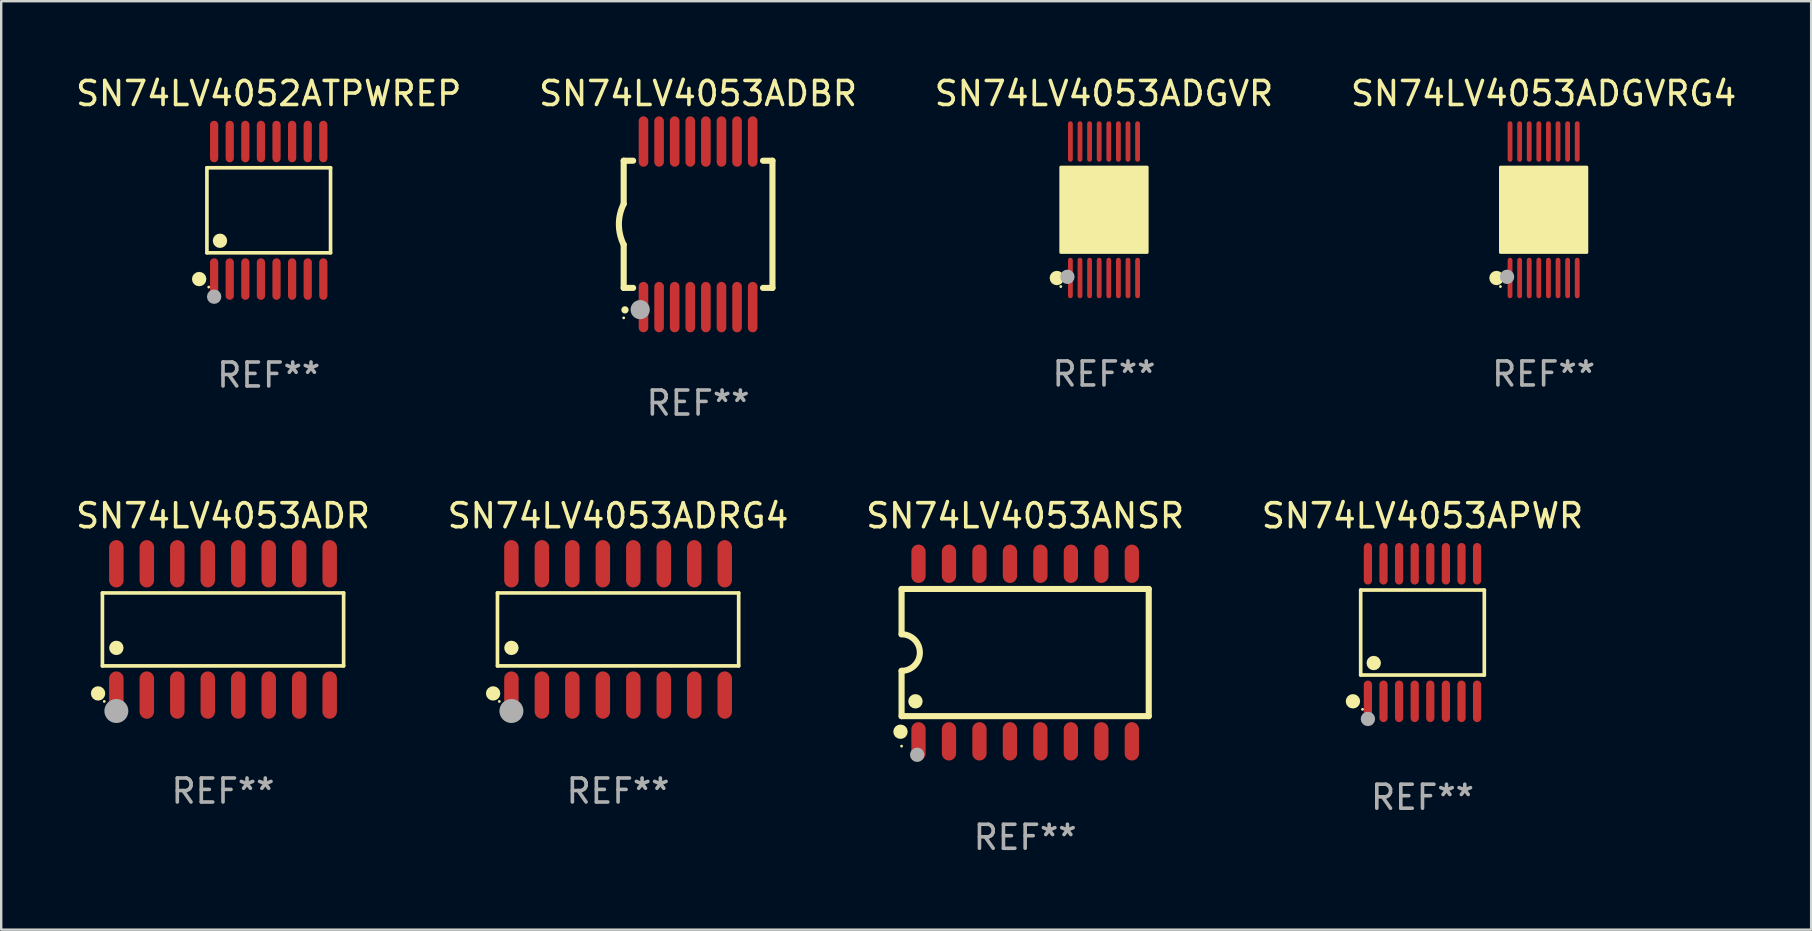
<source format=kicad_pcb>
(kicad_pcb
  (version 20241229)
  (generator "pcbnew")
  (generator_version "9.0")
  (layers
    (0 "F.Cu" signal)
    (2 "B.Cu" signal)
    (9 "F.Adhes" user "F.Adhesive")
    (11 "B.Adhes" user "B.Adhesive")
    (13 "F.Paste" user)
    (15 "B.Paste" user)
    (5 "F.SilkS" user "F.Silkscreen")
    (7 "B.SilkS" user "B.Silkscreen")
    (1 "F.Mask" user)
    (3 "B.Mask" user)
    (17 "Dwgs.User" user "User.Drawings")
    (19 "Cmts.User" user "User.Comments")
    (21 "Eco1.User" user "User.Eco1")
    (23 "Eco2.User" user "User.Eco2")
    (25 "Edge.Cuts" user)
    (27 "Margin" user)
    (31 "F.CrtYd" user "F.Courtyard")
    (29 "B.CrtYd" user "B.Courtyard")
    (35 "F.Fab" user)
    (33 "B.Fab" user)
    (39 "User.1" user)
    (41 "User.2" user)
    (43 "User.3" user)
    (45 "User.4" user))
  (footprint "SN74LV4052ATPWREP"
    (layer "F.Cu")
    (at 8.149 5.714)
    (property "Reference" "SN74LV4052ATPWREP" (at 0 -4.866 0) (layer "F.SilkS") (effects (font (size 1 1) (thickness 0.15))))
    (attr through_hole)
    (fp_line (start -2.576 -1.772) (end 2.576 -1.772) (stroke (width 0.152) (type solid)) (layer "F.SilkS"))
    (fp_line (start -2.576 1.771) (end -2.576 -1.772) (stroke (width 0.152) (type solid)) (layer "F.SilkS"))
    (fp_line (start 2.576 -1.772) (end 2.576 1.771) (stroke (width 0.152) (type solid)) (layer "F.SilkS"))
    (fp_line (start 2.576 1.771) (end -2.576 1.771) (stroke (width 0.152) (type solid)) (layer "F.SilkS"))
    (fp_circle (center -2.899 2.866) (end -2.749 2.866) (stroke (width 0.3) (type solid)) (fill no) (layer "F.SilkS"))
    (fp_circle (center -2.5 3.2) (end -2.47 3.2) (stroke (width 0.06) (type solid)) (fill no) (layer "F.SilkS"))
    (fp_circle (center -2.032 1.27) (end -1.882 1.27) (stroke (width 0.3) (type solid)) (fill no) (layer "F.SilkS"))
    (fp_circle (center -2.275 3.6) (end -2.125 3.6) (stroke (width 0.3) (type solid)) (fill no) (layer "F.Fab"))
    (fp_text user "REF**" (at 0 6.866 0) (layer "F.Fab") (effects (font (size 1 1) (thickness 0.15))))
    (pad "1" smd oval (at -2.275 2.866) (size 0.343 1.731) (layers "F.Cu" "F.Mask" "F.Paste"))
    (pad "2" smd oval (at -1.625 2.866) (size 0.343 1.731) (layers "F.Cu" "F.Mask" "F.Paste"))
    (pad "3" smd oval (at -0.975 2.866) (size 0.343 1.731) (layers "F.Cu" "F.Mask" "F.Paste"))
    (pad "4" smd oval (at -0.325 2.866) (size 0.343 1.731) (layers "F.Cu" "F.Mask" "F.Paste"))
    (pad "5" smd oval (at 0.325 2.866) (size 0.343 1.731) (layers "F.Cu" "F.Mask" "F.Paste"))
    (pad "6" smd oval (at 0.975 2.866) (size 0.343 1.731) (layers "F.Cu" "F.Mask" "F.Paste"))
    (pad "7" smd oval (at 1.625 2.866) (size 0.343 1.731) (layers "F.Cu" "F.Mask" "F.Paste"))
    (pad "8" smd oval (at 2.275 2.866) (size 0.343 1.731) (layers "F.Cu" "F.Mask" "F.Paste"))
    (pad "9" smd oval (at 2.275 -2.866) (size 0.343 1.731) (layers "F.Cu" "F.Mask" "F.Paste"))
    (pad "10" smd oval (at 1.625 -2.866) (size 0.343 1.731) (layers "F.Cu" "F.Mask" "F.Paste"))
    (pad "11" smd oval (at 0.975 -2.866) (size 0.343 1.731) (layers "F.Cu" "F.Mask" "F.Paste"))
    (pad "12" smd oval (at 0.325 -2.866) (size 0.343 1.731) (layers "F.Cu" "F.Mask" "F.Paste"))
    (pad "13" smd oval (at -0.325 -2.866) (size 0.343 1.731) (layers "F.Cu" "F.Mask" "F.Paste"))
    (pad "14" smd oval (at -0.975 -2.866) (size 0.343 1.731) (layers "F.Cu" "F.Mask" "F.Paste"))
    (pad "15" smd oval (at -1.625 -2.866) (size 0.343 1.731) (layers "F.Cu" "F.Mask" "F.Paste"))
    (pad "16" smd oval (at -2.275 -2.866) (size 0.343 1.731) (layers "F.Cu" "F.Mask" "F.Paste")))
  (footprint "SN74LV4053ADGVRG4"
    (layer "F.Cu")
    (at 61.28 5.692)
    (property "Reference" "SN74LV4053ADGVRG4" (at 0 -4.844 0) (layer "F.SilkS") (effects (font (size 1 1) (thickness 0.15))))
    (attr through_hole)
    (fp_circle (center -1.964 2.844) (end -1.814 2.844) (stroke (width 0.3) (type solid)) (fill no) (layer "F.SilkS"))
    (fp_circle (center -1.8 3.2) (end -1.77 3.2) (stroke (width 0.06) (type solid)) (fill no) (layer "F.SilkS"))
    (fp_circle (center -1.4 1.019) (end -1.25 1.019) (stroke (width 0.3) (type solid)) (fill no) (layer "F.SilkS"))
    (fp_poly (pts (xy -1.8 -1.778) (xy 1.8 -1.778) (xy 1.8 1.778) (xy -1.8 1.778)) (stroke (width 0.12) (type solid)) (fill yes) (layer "F.SilkS"))
    (fp_circle (center -1.524 2.794) (end -1.374 2.794) (stroke (width 0.3) (type solid)) (fill no) (layer "F.Fab"))
    (fp_text user "REF**" (at 0 6.844 0) (layer "F.Fab") (effects (font (size 1 1) (thickness 0.15))))
    (pad "1" smd oval (at -1.4 2.844) (size 0.2 1.687) (layers "F.Cu" "F.Mask" "F.Paste"))
    (pad "2" smd oval (at -1 2.844) (size 0.2 1.687) (layers "F.Cu" "F.Mask" "F.Paste"))
    (pad "3" smd oval (at -0.6 2.844) (size 0.2 1.687) (layers "F.Cu" "F.Mask" "F.Paste"))
    (pad "4" smd oval (at -0.2 2.844) (size 0.2 1.687) (layers "F.Cu" "F.Mask" "F.Paste"))
    (pad "5" smd oval (at 0.2 2.844) (size 0.2 1.687) (layers "F.Cu" "F.Mask" "F.Paste"))
    (pad "6" smd oval (at 0.6 2.844) (size 0.2 1.687) (layers "F.Cu" "F.Mask" "F.Paste"))
    (pad "7" smd oval (at 1 2.844) (size 0.2 1.687) (layers "F.Cu" "F.Mask" "F.Paste"))
    (pad "8" smd oval (at 1.4 2.844) (size 0.2 1.687) (layers "F.Cu" "F.Mask" "F.Paste"))
    (pad "9" smd oval (at 1.4 -2.844) (size 0.2 1.687) (layers "F.Cu" "F.Mask" "F.Paste"))
    (pad "10" smd oval (at 1 -2.844) (size 0.2 1.687) (layers "F.Cu" "F.Mask" "F.Paste"))
    (pad "11" smd oval (at 0.6 -2.844) (size 0.2 1.687) (layers "F.Cu" "F.Mask" "F.Paste"))
    (pad "12" smd oval (at 0.2 -2.844) (size 0.2 1.687) (layers "F.Cu" "F.Mask" "F.Paste"))
    (pad "13" smd oval (at -0.2 -2.844) (size 0.2 1.687) (layers "F.Cu" "F.Mask" "F.Paste"))
    (pad "14" smd oval (at -0.6 -2.844) (size 0.2 1.687) (layers "F.Cu" "F.Mask" "F.Paste"))
    (pad "15" smd oval (at -1 -2.844) (size 0.2 1.687) (layers "F.Cu" "F.Mask" "F.Paste"))
    (pad "16" smd oval (at -1.4 -2.844) (size 0.2 1.687) (layers "F.Cu" "F.Mask" "F.Paste")))
  (footprint "SN74LV4053ADBR"
    (layer "F.Cu")
    (at 26.042 6.298)
    (property "Reference" "SN74LV4053ADBR" (at 0 -5.45 0) (layer "F.SilkS") (effects (font (size 1 1) (thickness 0.15))))
    (attr through_hole)
    (fp_line (start -3.1 -2.65) (end -3.1 -0.85) (stroke (width 0.254) (type solid)) (layer "F.SilkS"))
    (fp_line (start -3.1 -2.65) (end -2.706 -2.65) (stroke (width 0.254) (type solid)) (layer "F.SilkS"))
    (fp_line (start -3.1 2.65) (end -3.1 0.85) (stroke (width 0.254) (type solid)) (layer "F.SilkS"))
    (fp_line (start -3.1 2.65) (end -2.706 2.65) (stroke (width 0.254) (type solid)) (layer "F.SilkS"))
    (fp_line (start 2.706 -2.65) (end 3.1 -2.65) (stroke (width 0.254) (type solid)) (layer "F.SilkS"))
    (fp_line (start 2.706 2.65) (end 3.1 2.65) (stroke (width 0.254) (type solid)) (layer "F.SilkS"))
    (fp_line (start 3.1 -2.65) (end 3.1 2.65) (stroke (width 0.254) (type solid)) (layer "F.SilkS"))
    (fp_arc (start -3.098907 0.850902) (mid -3.300057 0.000523) (end -3.1 -0.850114) (stroke (width 0.254001) (type solid)) (layer "F.SilkS"))
    (fp_arc (start -3.048006 3.566066) (mid -3.046736 3.566061) (end -3.045466 3.566066) (stroke (width 0.3) (type solid)) (layer "F.SilkS"))
    (fp_circle (center -3.1 3.9) (end -3.07 3.9) (stroke (width 0.06) (type solid)) (fill no) (layer "F.SilkS"))
    (fp_circle (center -2.413 3.556) (end -2.213 3.556) (stroke (width 0.4) (type solid)) (fill no) (layer "F.Fab"))
    (fp_text user "REF**" (at 0 7.45 0) (layer "F.Fab") (effects (font (size 1 1) (thickness 0.15))))
    (pad "1" smd oval (at -2.275 3.45 180) (size 0.4 2.1) (layers "F.Cu" "F.Mask" "F.Paste"))
    (pad "2" smd oval (at -1.625 3.45 180) (size 0.4 2.1) (layers "F.Cu" "F.Mask" "F.Paste"))
    (pad "3" smd oval (at -0.975 3.45 180) (size 0.4 2.1) (layers "F.Cu" "F.Mask" "F.Paste"))
    (pad "4" smd oval (at -0.325 3.45 180) (size 0.4 2.1) (layers "F.Cu" "F.Mask" "F.Paste"))
    (pad "5" smd oval (at 0.325 3.45 180) (size 0.4 2.1) (layers "F.Cu" "F.Mask" "F.Paste"))
    (pad "6" smd oval (at 0.975 3.45 180) (size 0.4 2.1) (layers "F.Cu" "F.Mask" "F.Paste"))
    (pad "7" smd oval (at 1.625 3.45 180) (size 0.4 2.1) (layers "F.Cu" "F.Mask" "F.Paste"))
    (pad "8" smd oval (at 2.275 3.45 180) (size 0.4 2.1) (layers "F.Cu" "F.Mask" "F.Paste"))
    (pad "9" smd oval (at 2.275 -3.45 180) (size 0.4 2.1) (layers "F.Cu" "F.Mask" "F.Paste"))
    (pad "10" smd oval (at 1.625 -3.45 180) (size 0.4 2.1) (layers "F.Cu" "F.Mask" "F.Paste"))
    (pad "11" smd oval (at 0.975 -3.45 180) (size 0.4 2.1) (layers "F.Cu" "F.Mask" "F.Paste"))
    (pad "12" smd oval (at 0.325 -3.45 180) (size 0.4 2.1) (layers "F.Cu" "F.Mask" "F.Paste"))
    (pad "13" smd oval (at -0.325 -3.45 180) (size 0.4 2.1) (layers "F.Cu" "F.Mask" "F.Paste"))
    (pad "14" smd oval (at -0.975 -3.45 180) (size 0.4 2.1) (layers "F.Cu" "F.Mask" "F.Paste"))
    (pad "15" smd oval (at -1.625 -3.45 180) (size 0.4 2.1) (layers "F.Cu" "F.Mask" "F.Paste"))
    (pad "16" smd oval (at -2.275 -3.45 180) (size 0.4 2.1) (layers "F.Cu" "F.Mask" "F.Paste")))
  (footprint "SN74LV4053APWR"
    (layer "F.Cu")
    (at 56.232 23.311)
    (property "Reference" "SN74LV4053APWR" (at 0 -4.866 0) (layer "F.SilkS") (effects (font (size 1 1) (thickness 0.15))))
    (attr through_hole)
    (fp_line (start -2.576 -1.772) (end 2.576 -1.772) (stroke (width 0.152) (type solid)) (layer "F.SilkS"))
    (fp_line (start -2.576 1.771) (end -2.576 -1.772) (stroke (width 0.152) (type solid)) (layer "F.SilkS"))
    (fp_line (start 2.576 -1.772) (end 2.576 1.771) (stroke (width 0.152) (type solid)) (layer "F.SilkS"))
    (fp_line (start 2.576 1.771) (end -2.576 1.771) (stroke (width 0.152) (type solid)) (layer "F.SilkS"))
    (fp_circle (center -2.899 2.866) (end -2.749 2.866) (stroke (width 0.3) (type solid)) (fill no) (layer "F.SilkS"))
    (fp_circle (center -2.5 3.2) (end -2.47 3.2) (stroke (width 0.06) (type solid)) (fill no) (layer "F.SilkS"))
    (fp_circle (center -2.032 1.27) (end -1.882 1.27) (stroke (width 0.3) (type solid)) (fill no) (layer "F.SilkS"))
    (fp_circle (center -2.275 3.6) (end -2.125 3.6) (stroke (width 0.3) (type solid)) (fill no) (layer "F.Fab"))
    (fp_text user "REF**" (at 0 6.866 0) (layer "F.Fab") (effects (font (size 1 1) (thickness 0.15))))
    (pad "1" smd oval (at -2.275 2.866) (size 0.343 1.731) (layers "F.Cu" "F.Mask" "F.Paste"))
    (pad "2" smd oval (at -1.625 2.866) (size 0.343 1.731) (layers "F.Cu" "F.Mask" "F.Paste"))
    (pad "3" smd oval (at -0.975 2.866) (size 0.343 1.731) (layers "F.Cu" "F.Mask" "F.Paste"))
    (pad "4" smd oval (at -0.325 2.866) (size 0.343 1.731) (layers "F.Cu" "F.Mask" "F.Paste"))
    (pad "5" smd oval (at 0.325 2.866) (size 0.343 1.731) (layers "F.Cu" "F.Mask" "F.Paste"))
    (pad "6" smd oval (at 0.975 2.866) (size 0.343 1.731) (layers "F.Cu" "F.Mask" "F.Paste"))
    (pad "7" smd oval (at 1.625 2.866) (size 0.343 1.731) (layers "F.Cu" "F.Mask" "F.Paste"))
    (pad "8" smd oval (at 2.275 2.866) (size 0.343 1.731) (layers "F.Cu" "F.Mask" "F.Paste"))
    (pad "9" smd oval (at 2.275 -2.866) (size 0.343 1.731) (layers "F.Cu" "F.Mask" "F.Paste"))
    (pad "10" smd oval (at 1.625 -2.866) (size 0.343 1.731) (layers "F.Cu" "F.Mask" "F.Paste"))
    (pad "11" smd oval (at 0.975 -2.866) (size 0.343 1.731) (layers "F.Cu" "F.Mask" "F.Paste"))
    (pad "12" smd oval (at 0.325 -2.866) (size 0.343 1.731) (layers "F.Cu" "F.Mask" "F.Paste"))
    (pad "13" smd oval (at -0.325 -2.866) (size 0.343 1.731) (layers "F.Cu" "F.Mask" "F.Paste"))
    (pad "14" smd oval (at -0.975 -2.866) (size 0.343 1.731) (layers "F.Cu" "F.Mask" "F.Paste"))
    (pad "15" smd oval (at -1.625 -2.866) (size 0.343 1.731) (layers "F.Cu" "F.Mask" "F.Paste"))
    (pad "16" smd oval (at -2.275 -2.866) (size 0.343 1.731) (layers "F.Cu" "F.Mask" "F.Paste")))
  (footprint "SN74LV4053ADGVR"
    (layer "F.Cu")
    (at 42.958 5.692)
    (property "Reference" "SN74LV4053ADGVR" (at 0 -4.844 0) (layer "F.SilkS") (effects (font (size 1 1) (thickness 0.15))))
    (attr through_hole)
    (fp_circle (center -1.964 2.844) (end -1.814 2.844) (stroke (width 0.3) (type solid)) (fill no) (layer "F.SilkS"))
    (fp_circle (center -1.8 3.2) (end -1.77 3.2) (stroke (width 0.06) (type solid)) (fill no) (layer "F.SilkS"))
    (fp_circle (center -1.4 1.019) (end -1.25 1.019) (stroke (width 0.3) (type solid)) (fill no) (layer "F.SilkS"))
    (fp_poly (pts (xy -1.8 -1.778) (xy 1.8 -1.778) (xy 1.8 1.778) (xy -1.8 1.778)) (stroke (width 0.12) (type solid)) (fill yes) (layer "F.SilkS"))
    (fp_circle (center -1.524 2.794) (end -1.374 2.794) (stroke (width 0.3) (type solid)) (fill no) (layer "F.Fab"))
    (fp_text user "REF**" (at 0 6.844 0) (layer "F.Fab") (effects (font (size 1 1) (thickness 0.15))))
    (pad "1" smd oval (at -1.4 2.844) (size 0.2 1.687) (layers "F.Cu" "F.Mask" "F.Paste"))
    (pad "2" smd oval (at -1 2.844) (size 0.2 1.687) (layers "F.Cu" "F.Mask" "F.Paste"))
    (pad "3" smd oval (at -0.6 2.844) (size 0.2 1.687) (layers "F.Cu" "F.Mask" "F.Paste"))
    (pad "4" smd oval (at -0.2 2.844) (size 0.2 1.687) (layers "F.Cu" "F.Mask" "F.Paste"))
    (pad "5" smd oval (at 0.2 2.844) (size 0.2 1.687) (layers "F.Cu" "F.Mask" "F.Paste"))
    (pad "6" smd oval (at 0.6 2.844) (size 0.2 1.687) (layers "F.Cu" "F.Mask" "F.Paste"))
    (pad "7" smd oval (at 1 2.844) (size 0.2 1.687) (layers "F.Cu" "F.Mask" "F.Paste"))
    (pad "8" smd oval (at 1.4 2.844) (size 0.2 1.687) (layers "F.Cu" "F.Mask" "F.Paste"))
    (pad "9" smd oval (at 1.4 -2.844) (size 0.2 1.687) (layers "F.Cu" "F.Mask" "F.Paste"))
    (pad "10" smd oval (at 1 -2.844) (size 0.2 1.687) (layers "F.Cu" "F.Mask" "F.Paste"))
    (pad "11" smd oval (at 0.6 -2.844) (size 0.2 1.687) (layers "F.Cu" "F.Mask" "F.Paste"))
    (pad "12" smd oval (at 0.2 -2.844) (size 0.2 1.687) (layers "F.Cu" "F.Mask" "F.Paste"))
    (pad "13" smd oval (at -0.2 -2.844) (size 0.2 1.687) (layers "F.Cu" "F.Mask" "F.Paste"))
    (pad "14" smd oval (at -0.6 -2.844) (size 0.2 1.687) (layers "F.Cu" "F.Mask" "F.Paste"))
    (pad "15" smd oval (at -1 -2.844) (size 0.2 1.687) (layers "F.Cu" "F.Mask" "F.Paste"))
    (pad "16" smd oval (at -1.4 -2.844) (size 0.2 1.687) (layers "F.Cu" "F.Mask" "F.Paste")))
  (footprint "SN74LV4053ADR"
    (layer "F.Cu")
    (at 6.244 23.181)
    (property "Reference" "SN74LV4053ADR" (at 0 -4.736 0) (layer "F.SilkS") (effects (font (size 1 1) (thickness 0.15))))
    (attr through_hole)
    (fp_line (start -5.026 -1.521) (end 5.026 -1.521) (stroke (width 0.152) (type solid)) (layer "F.SilkS"))
    (fp_line (start -5.026 1.521) (end -5.026 -1.521) (stroke (width 0.152) (type solid)) (layer "F.SilkS"))
    (fp_line (start 5.026 -1.521) (end 5.026 1.521) (stroke (width 0.152) (type solid)) (layer "F.SilkS"))
    (fp_line (start 5.026 1.521) (end -5.026 1.521) (stroke (width 0.152) (type solid)) (layer "F.SilkS"))
    (fp_circle (center -5.207 2.667) (end -5.057 2.667) (stroke (width 0.3) (type solid)) (fill no) (layer "F.SilkS"))
    (fp_circle (center -4.95 3) (end -4.92 3) (stroke (width 0.06) (type solid)) (fill no) (layer "F.SilkS"))
    (fp_circle (center -4.445 0.769) (end -4.295 0.769) (stroke (width 0.3) (type solid)) (fill no) (layer "F.SilkS"))
    (fp_circle (center -4.445 3.4) (end -4.195 3.4) (stroke (width 0.5) (type solid)) (fill no) (layer "F.Fab"))
    (fp_text user "REF**" (at 0 6.736 0) (layer "F.Fab") (effects (font (size 1 1) (thickness 0.15))))
    (pad "1" smd oval (at -4.445 2.736) (size 0.602 1.971) (layers "F.Cu" "F.Mask" "F.Paste"))
    (pad "2" smd oval (at -3.175 2.736) (size 0.602 1.971) (layers "F.Cu" "F.Mask" "F.Paste"))
    (pad "3" smd oval (at -1.905 2.736) (size 0.602 1.971) (layers "F.Cu" "F.Mask" "F.Paste"))
    (pad "4" smd oval (at -0.635 2.736) (size 0.602 1.971) (layers "F.Cu" "F.Mask" "F.Paste"))
    (pad "5" smd oval (at 0.635 2.736) (size 0.602 1.971) (layers "F.Cu" "F.Mask" "F.Paste"))
    (pad "6" smd oval (at 1.905 2.736) (size 0.602 1.971) (layers "F.Cu" "F.Mask" "F.Paste"))
    (pad "7" smd oval (at 3.175 2.736) (size 0.602 1.971) (layers "F.Cu" "F.Mask" "F.Paste"))
    (pad "8" smd oval (at 4.445 2.736) (size 0.602 1.971) (layers "F.Cu" "F.Mask" "F.Paste"))
    (pad "9" smd oval (at 4.445 -2.736) (size 0.602 1.971) (layers "F.Cu" "F.Mask" "F.Paste"))
    (pad "10" smd oval (at 3.175 -2.736) (size 0.602 1.971) (layers "F.Cu" "F.Mask" "F.Paste"))
    (pad "11" smd oval (at 1.905 -2.736) (size 0.602 1.971) (layers "F.Cu" "F.Mask" "F.Paste"))
    (pad "12" smd oval (at 0.635 -2.736) (size 0.602 1.971) (layers "F.Cu" "F.Mask" "F.Paste"))
    (pad "13" smd oval (at -0.635 -2.736) (size 0.602 1.971) (layers "F.Cu" "F.Mask" "F.Paste"))
    (pad "14" smd oval (at -1.905 -2.736) (size 0.602 1.971) (layers "F.Cu" "F.Mask" "F.Paste"))
    (pad "15" smd oval (at -3.175 -2.736) (size 0.602 1.971) (layers "F.Cu" "F.Mask" "F.Paste"))
    (pad "16" smd oval (at -4.445 -2.736) (size 0.602 1.971) (layers "F.Cu" "F.Mask" "F.Paste")))
  (footprint "SN74LV4053ANSR"
    (layer "F.Cu")
    (at 39.673 24.145)
    (property "Reference" "SN74LV4053ANSR" (at 0 -5.7 0) (layer "F.SilkS") (effects (font (size 1 1) (thickness 0.15))))
    (attr through_hole)
    (fp_line (start -5.15 -2.65) (end -5.15 -0.762) (stroke (width 0.254) (type solid)) (layer "F.SilkS"))
    (fp_line (start -5.15 -2.65) (end 5.15 -2.65) (stroke (width 0.254) (type solid)) (layer "F.SilkS"))
    (fp_line (start -5.15 2.65) (end -5.15 0.762) (stroke (width 0.254) (type solid)) (layer "F.SilkS"))
    (fp_line (start 5.15 -2.65) (end 5.15 2.65) (stroke (width 0.254) (type solid)) (layer "F.SilkS"))
    (fp_line (start 5.15 2.65) (end -5.15 2.65) (stroke (width 0.254) (type solid)) (layer "F.SilkS"))
    (fp_arc (start -5.151131 -0.762003) (mid -4.389128 -0.000559) (end -5.150013 0.762002) (stroke (width 0.254001) (type solid)) (layer "F.SilkS"))
    (fp_circle (center -5.195 3.299) (end -5.045 3.299) (stroke (width 0.3) (type solid)) (fill no) (layer "F.SilkS"))
    (fp_circle (center -5.15 3.9) (end -5.12 3.9) (stroke (width 0.06) (type solid)) (fill no) (layer "F.SilkS"))
    (fp_circle (center -4.572 2.032) (end -4.422 2.032) (stroke (width 0.3) (type solid)) (fill no) (layer "F.SilkS"))
    (fp_circle (center -4.5 4.26) (end -4.35 4.26) (stroke (width 0.3) (type solid)) (fill no) (layer "F.Fab"))
    (fp_text user "REF**" (at 0 7.7 0) (layer "F.Fab") (effects (font (size 1 1) (thickness 0.15))))
    (pad "1" smd oval (at -4.445 3.7) (size 0.595 1.598) (layers "F.Cu" "F.Mask" "F.Paste"))
    (pad "2" smd oval (at -3.175 3.7) (size 0.595 1.598) (layers "F.Cu" "F.Mask" "F.Paste"))
    (pad "3" smd oval (at -1.905 3.7) (size 0.595 1.598) (layers "F.Cu" "F.Mask" "F.Paste"))
    (pad "4" smd oval (at -0.635 3.7) (size 0.595 1.598) (layers "F.Cu" "F.Mask" "F.Paste"))
    (pad "5" smd oval (at 0.635 3.7) (size 0.595 1.598) (layers "F.Cu" "F.Mask" "F.Paste"))
    (pad "6" smd oval (at 1.905 3.7) (size 0.595 1.598) (layers "F.Cu" "F.Mask" "F.Paste"))
    (pad "7" smd oval (at 3.175 3.7) (size 0.595 1.598) (layers "F.Cu" "F.Mask" "F.Paste"))
    (pad "8" smd oval (at 4.445 3.7) (size 0.595 1.598) (layers "F.Cu" "F.Mask" "F.Paste"))
    (pad "9" smd oval (at 4.445 -3.7) (size 0.595 1.598) (layers "F.Cu" "F.Mask" "F.Paste"))
    (pad "10" smd oval (at 3.175 -3.7) (size 0.595 1.598) (layers "F.Cu" "F.Mask" "F.Paste"))
    (pad "11" smd oval (at 1.905 -3.7) (size 0.595 1.598) (layers "F.Cu" "F.Mask" "F.Paste"))
    (pad "12" smd oval (at 0.635 -3.7) (size 0.595 1.598) (layers "F.Cu" "F.Mask" "F.Paste"))
    (pad "13" smd oval (at -0.635 -3.7) (size 0.595 1.598) (layers "F.Cu" "F.Mask" "F.Paste"))
    (pad "14" smd oval (at -1.905 -3.7) (size 0.595 1.598) (layers "F.Cu" "F.Mask" "F.Paste"))
    (pad "15" smd oval (at -3.175 -3.7) (size 0.595 1.598) (layers "F.Cu" "F.Mask" "F.Paste"))
    (pad "16" smd oval (at -4.445 -3.7) (size 0.595 1.598) (layers "F.Cu" "F.Mask" "F.Paste")))
  (footprint "SN74LV4053ADRG4"
    (layer "F.Cu")
    (at 22.708 23.181)
    (property "Reference" "SN74LV4053ADRG4" (at 0 -4.736 0) (layer "F.SilkS") (effects (font (size 1 1) (thickness 0.15))))
    (attr through_hole)
    (fp_line (start -5.026 -1.521) (end 5.026 -1.521) (stroke (width 0.152) (type solid)) (layer "F.SilkS"))
    (fp_line (start -5.026 1.521) (end -5.026 -1.521) (stroke (width 0.152) (type solid)) (layer "F.SilkS"))
    (fp_line (start 5.026 -1.521) (end 5.026 1.521) (stroke (width 0.152) (type solid)) (layer "F.SilkS"))
    (fp_line (start 5.026 1.521) (end -5.026 1.521) (stroke (width 0.152) (type solid)) (layer "F.SilkS"))
    (fp_circle (center -5.207 2.667) (end -5.057 2.667) (stroke (width 0.3) (type solid)) (fill no) (layer "F.SilkS"))
    (fp_circle (center -4.95 3) (end -4.92 3) (stroke (width 0.06) (type solid)) (fill no) (layer "F.SilkS"))
    (fp_circle (center -4.445 0.769) (end -4.295 0.769) (stroke (width 0.3) (type solid)) (fill no) (layer "F.SilkS"))
    (fp_circle (center -4.445 3.4) (end -4.195 3.4) (stroke (width 0.5) (type solid)) (fill no) (layer "F.Fab"))
    (fp_text user "REF**" (at 0 6.736 0) (layer "F.Fab") (effects (font (size 1 1) (thickness 0.15))))
    (pad "1" smd oval (at -4.445 2.736) (size 0.602 1.971) (layers "F.Cu" "F.Mask" "F.Paste"))
    (pad "2" smd oval (at -3.175 2.736) (size 0.602 1.971) (layers "F.Cu" "F.Mask" "F.Paste"))
    (pad "3" smd oval (at -1.905 2.736) (size 0.602 1.971) (layers "F.Cu" "F.Mask" "F.Paste"))
    (pad "4" smd oval (at -0.635 2.736) (size 0.602 1.971) (layers "F.Cu" "F.Mask" "F.Paste"))
    (pad "5" smd oval (at 0.635 2.736) (size 0.602 1.971) (layers "F.Cu" "F.Mask" "F.Paste"))
    (pad "6" smd oval (at 1.905 2.736) (size 0.602 1.971) (layers "F.Cu" "F.Mask" "F.Paste"))
    (pad "7" smd oval (at 3.175 2.736) (size 0.602 1.971) (layers "F.Cu" "F.Mask" "F.Paste"))
    (pad "8" smd oval (at 4.445 2.736) (size 0.602 1.971) (layers "F.Cu" "F.Mask" "F.Paste"))
    (pad "9" smd oval (at 4.445 -2.736) (size 0.602 1.971) (layers "F.Cu" "F.Mask" "F.Paste"))
    (pad "10" smd oval (at 3.175 -2.736) (size 0.602 1.971) (layers "F.Cu" "F.Mask" "F.Paste"))
    (pad "11" smd oval (at 1.905 -2.736) (size 0.602 1.971) (layers "F.Cu" "F.Mask" "F.Paste"))
    (pad "12" smd oval (at 0.635 -2.736) (size 0.602 1.971) (layers "F.Cu" "F.Mask" "F.Paste"))
    (pad "13" smd oval (at -0.635 -2.736) (size 0.602 1.971) (layers "F.Cu" "F.Mask" "F.Paste"))
    (pad "14" smd oval (at -1.905 -2.736) (size 0.602 1.971) (layers "F.Cu" "F.Mask" "F.Paste"))
    (pad "15" smd oval (at -3.175 -2.736) (size 0.602 1.971) (layers "F.Cu" "F.Mask" "F.Paste"))
    (pad "16" smd oval (at -4.445 -2.736) (size 0.602 1.971) (layers "F.Cu" "F.Mask" "F.Paste")))
  (gr_rect
    (start -3 -3)
    (end 72.429 35.693)
    (stroke (width 0.1) (type default))
    (fill no)
    (layer "Edge.Cuts")))
</source>
